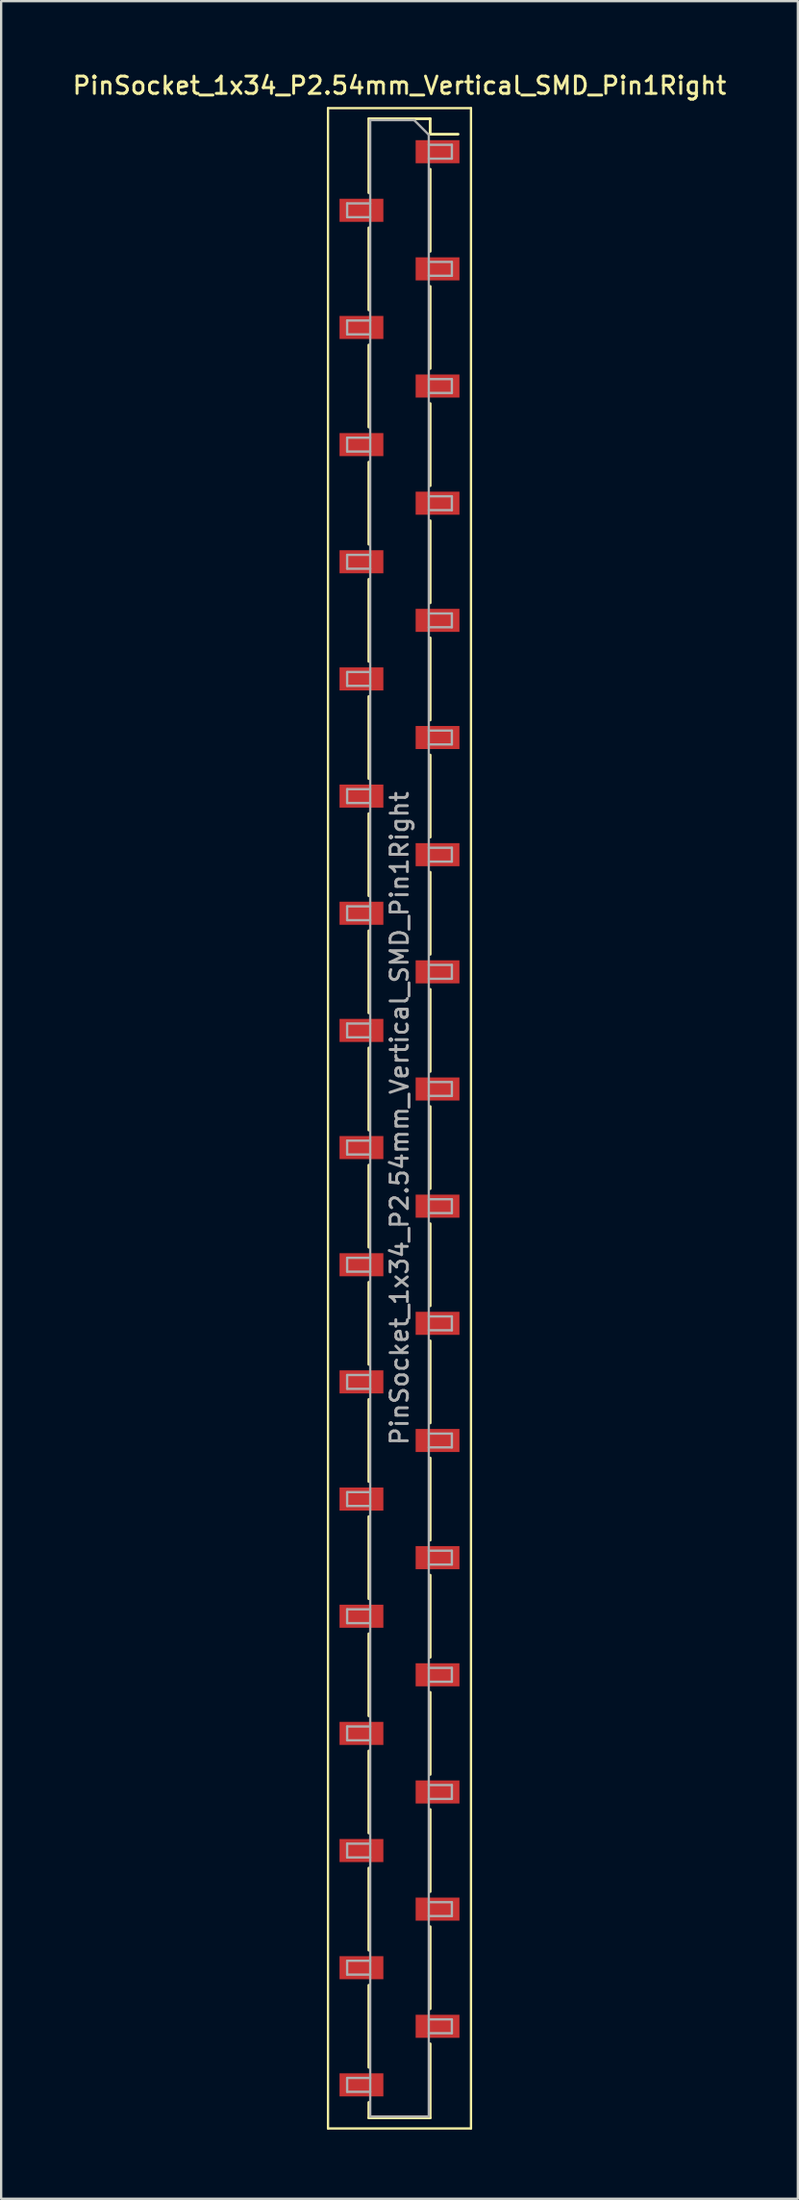
<source format=kicad_pcb>
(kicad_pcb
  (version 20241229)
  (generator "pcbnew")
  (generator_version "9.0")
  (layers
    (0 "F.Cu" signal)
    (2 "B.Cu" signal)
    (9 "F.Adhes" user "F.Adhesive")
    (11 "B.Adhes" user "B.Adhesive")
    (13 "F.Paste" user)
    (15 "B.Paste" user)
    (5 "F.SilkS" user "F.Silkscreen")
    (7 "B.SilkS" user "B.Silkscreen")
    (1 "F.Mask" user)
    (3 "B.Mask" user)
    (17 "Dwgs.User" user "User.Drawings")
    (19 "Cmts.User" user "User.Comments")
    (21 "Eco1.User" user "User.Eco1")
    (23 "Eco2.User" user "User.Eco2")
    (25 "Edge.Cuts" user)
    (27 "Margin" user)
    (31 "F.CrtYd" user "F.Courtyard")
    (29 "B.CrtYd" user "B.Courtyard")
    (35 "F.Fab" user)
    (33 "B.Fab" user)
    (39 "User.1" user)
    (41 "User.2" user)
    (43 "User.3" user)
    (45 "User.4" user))
  (footprint "PinSocket_1x34_P2.54mm_Vertical_SMD_Pin1Right"
    (layer "F.Cu")
    (at 14.273 45.438)
    (property "Reference" "PinSocket_1x34_P2.54mm_Vertical_SMD_Pin1Right" (at 0 -44.78 0) (layer "F.SilkS") (effects (font (size 0.75 0.75) (thickness 0.125))))
    (attr smd)
    (fp_line (start -3.1 -43.8) (end 3.1 -43.8) (stroke (width 0.1) (type solid)) (layer "F.SilkS"))
    (fp_line (start -3.1 43.8) (end -3.1 -43.8) (stroke (width 0.1) (type solid)) (layer "F.SilkS"))
    (fp_line (start -1.33 -43.34) (end -1.33 -40.13) (stroke (width 0.12) (type solid)) (layer "F.SilkS"))
    (fp_line (start -1.33 -43.34) (end 1.33 -43.34) (stroke (width 0.12) (type solid)) (layer "F.SilkS"))
    (fp_line (start -1.33 -38.61) (end -1.33 -35.05) (stroke (width 0.12) (type solid)) (layer "F.SilkS"))
    (fp_line (start -1.33 -33.53) (end -1.33 -29.97) (stroke (width 0.12) (type solid)) (layer "F.SilkS"))
    (fp_line (start -1.33 -28.45) (end -1.33 -24.89) (stroke (width 0.12) (type solid)) (layer "F.SilkS"))
    (fp_line (start -1.33 -23.37) (end -1.33 -19.81) (stroke (width 0.12) (type solid)) (layer "F.SilkS"))
    (fp_line (start -1.33 -18.29) (end -1.33 -14.73) (stroke (width 0.12) (type solid)) (layer "F.SilkS"))
    (fp_line (start -1.33 -13.21) (end -1.33 -9.65) (stroke (width 0.12) (type solid)) (layer "F.SilkS"))
    (fp_line (start -1.33 -8.13) (end -1.33 -4.57) (stroke (width 0.12) (type solid)) (layer "F.SilkS"))
    (fp_line (start -1.33 -3.05) (end -1.33 0.51) (stroke (width 0.12) (type solid)) (layer "F.SilkS"))
    (fp_line (start -1.33 2.03) (end -1.33 5.59) (stroke (width 0.12) (type solid)) (layer "F.SilkS"))
    (fp_line (start -1.33 7.11) (end -1.33 10.67) (stroke (width 0.12) (type solid)) (layer "F.SilkS"))
    (fp_line (start -1.33 12.19) (end -1.33 15.75) (stroke (width 0.12) (type solid)) (layer "F.SilkS"))
    (fp_line (start -1.33 17.27) (end -1.33 20.83) (stroke (width 0.12) (type solid)) (layer "F.SilkS"))
    (fp_line (start -1.33 22.35) (end -1.33 25.91) (stroke (width 0.12) (type solid)) (layer "F.SilkS"))
    (fp_line (start -1.33 27.43) (end -1.33 30.99) (stroke (width 0.12) (type solid)) (layer "F.SilkS"))
    (fp_line (start -1.33 32.51) (end -1.33 36.07) (stroke (width 0.12) (type solid)) (layer "F.SilkS"))
    (fp_line (start -1.33 37.59) (end -1.33 41.15) (stroke (width 0.12) (type solid)) (layer "F.SilkS"))
    (fp_line (start -1.33 42.67) (end -1.33 43.34) (stroke (width 0.12) (type solid)) (layer "F.SilkS"))
    (fp_line (start -1.33 43.34) (end 1.33 43.34) (stroke (width 0.12) (type solid)) (layer "F.SilkS"))
    (fp_line (start 1.33 -43.34) (end 1.33 -42.67) (stroke (width 0.12) (type solid)) (layer "F.SilkS"))
    (fp_line (start 1.33 -42.67) (end 2.54 -42.67) (stroke (width 0.12) (type solid)) (layer "F.SilkS"))
    (fp_line (start 1.33 -41.15) (end 1.33 -37.59) (stroke (width 0.12) (type solid)) (layer "F.SilkS"))
    (fp_line (start 1.33 -36.07) (end 1.33 -32.51) (stroke (width 0.12) (type solid)) (layer "F.SilkS"))
    (fp_line (start 1.33 -30.99) (end 1.33 -27.43) (stroke (width 0.12) (type solid)) (layer "F.SilkS"))
    (fp_line (start 1.33 -25.91) (end 1.33 -22.35) (stroke (width 0.12) (type solid)) (layer "F.SilkS"))
    (fp_line (start 1.33 -20.83) (end 1.33 -17.27) (stroke (width 0.12) (type solid)) (layer "F.SilkS"))
    (fp_line (start 1.33 -15.75) (end 1.33 -12.19) (stroke (width 0.12) (type solid)) (layer "F.SilkS"))
    (fp_line (start 1.33 -10.67) (end 1.33 -7.11) (stroke (width 0.12) (type solid)) (layer "F.SilkS"))
    (fp_line (start 1.33 -5.59) (end 1.33 -2.03) (stroke (width 0.12) (type solid)) (layer "F.SilkS"))
    (fp_line (start 1.33 -0.51) (end 1.33 3.05) (stroke (width 0.12) (type solid)) (layer "F.SilkS"))
    (fp_line (start 1.33 4.57) (end 1.33 8.13) (stroke (width 0.12) (type solid)) (layer "F.SilkS"))
    (fp_line (start 1.33 9.65) (end 1.33 13.21) (stroke (width 0.12) (type solid)) (layer "F.SilkS"))
    (fp_line (start 1.33 14.73) (end 1.33 18.29) (stroke (width 0.12) (type solid)) (layer "F.SilkS"))
    (fp_line (start 1.33 19.81) (end 1.33 23.37) (stroke (width 0.12) (type solid)) (layer "F.SilkS"))
    (fp_line (start 1.33 24.89) (end 1.33 28.45) (stroke (width 0.12) (type solid)) (layer "F.SilkS"))
    (fp_line (start 1.33 29.97) (end 1.33 33.53) (stroke (width 0.12) (type solid)) (layer "F.SilkS"))
    (fp_line (start 1.33 35.05) (end 1.33 38.61) (stroke (width 0.12) (type solid)) (layer "F.SilkS"))
    (fp_line (start 1.33 40.13) (end 1.33 43.34) (stroke (width 0.12) (type solid)) (layer "F.SilkS"))
    (fp_line (start 3.1 -43.8) (end 3.1 43.8) (stroke (width 0.1) (type solid)) (layer "F.SilkS"))
    (fp_line (start 3.1 43.8) (end -3.1 43.8) (stroke (width 0.1) (type solid)) (layer "F.SilkS"))
    (fp_line (start -2.27 -39.67) (end -1.27 -39.67) (stroke (width 0.1) (type solid)) (layer "F.Fab"))
    (fp_line (start -2.27 -39.07) (end -2.27 -39.67) (stroke (width 0.1) (type solid)) (layer "F.Fab"))
    (fp_line (start -2.27 -34.59) (end -1.27 -34.59) (stroke (width 0.1) (type solid)) (layer "F.Fab"))
    (fp_line (start -2.27 -33.99) (end -2.27 -34.59) (stroke (width 0.1) (type solid)) (layer "F.Fab"))
    (fp_line (start -2.27 -29.51) (end -1.27 -29.51) (stroke (width 0.1) (type solid)) (layer "F.Fab"))
    (fp_line (start -2.27 -28.91) (end -2.27 -29.51) (stroke (width 0.1) (type solid)) (layer "F.Fab"))
    (fp_line (start -2.27 -24.43) (end -1.27 -24.43) (stroke (width 0.1) (type solid)) (layer "F.Fab"))
    (fp_line (start -2.27 -23.83) (end -2.27 -24.43) (stroke (width 0.1) (type solid)) (layer "F.Fab"))
    (fp_line (start -2.27 -19.35) (end -1.27 -19.35) (stroke (width 0.1) (type solid)) (layer "F.Fab"))
    (fp_line (start -2.27 -18.75) (end -2.27 -19.35) (stroke (width 0.1) (type solid)) (layer "F.Fab"))
    (fp_line (start -2.27 -14.27) (end -1.27 -14.27) (stroke (width 0.1) (type solid)) (layer "F.Fab"))
    (fp_line (start -2.27 -13.67) (end -2.27 -14.27) (stroke (width 0.1) (type solid)) (layer "F.Fab"))
    (fp_line (start -2.27 -9.19) (end -1.27 -9.19) (stroke (width 0.1) (type solid)) (layer "F.Fab"))
    (fp_line (start -2.27 -8.59) (end -2.27 -9.19) (stroke (width 0.1) (type solid)) (layer "F.Fab"))
    (fp_line (start -2.27 -4.11) (end -1.27 -4.11) (stroke (width 0.1) (type solid)) (layer "F.Fab"))
    (fp_line (start -2.27 -3.51) (end -2.27 -4.11) (stroke (width 0.1) (type solid)) (layer "F.Fab"))
    (fp_line (start -2.27 0.97) (end -1.27 0.97) (stroke (width 0.1) (type solid)) (layer "F.Fab"))
    (fp_line (start -2.27 1.57) (end -2.27 0.97) (stroke (width 0.1) (type solid)) (layer "F.Fab"))
    (fp_line (start -2.27 6.05) (end -1.27 6.05) (stroke (width 0.1) (type solid)) (layer "F.Fab"))
    (fp_line (start -2.27 6.65) (end -2.27 6.05) (stroke (width 0.1) (type solid)) (layer "F.Fab"))
    (fp_line (start -2.27 11.13) (end -1.27 11.13) (stroke (width 0.1) (type solid)) (layer "F.Fab"))
    (fp_line (start -2.27 11.73) (end -2.27 11.13) (stroke (width 0.1) (type solid)) (layer "F.Fab"))
    (fp_line (start -2.27 16.21) (end -1.27 16.21) (stroke (width 0.1) (type solid)) (layer "F.Fab"))
    (fp_line (start -2.27 16.81) (end -2.27 16.21) (stroke (width 0.1) (type solid)) (layer "F.Fab"))
    (fp_line (start -2.27 21.29) (end -1.27 21.29) (stroke (width 0.1) (type solid)) (layer "F.Fab"))
    (fp_line (start -2.27 21.89) (end -2.27 21.29) (stroke (width 0.1) (type solid)) (layer "F.Fab"))
    (fp_line (start -2.27 26.37) (end -1.27 26.37) (stroke (width 0.1) (type solid)) (layer "F.Fab"))
    (fp_line (start -2.27 26.97) (end -2.27 26.37) (stroke (width 0.1) (type solid)) (layer "F.Fab"))
    (fp_line (start -2.27 31.45) (end -1.27 31.45) (stroke (width 0.1) (type solid)) (layer "F.Fab"))
    (fp_line (start -2.27 32.05) (end -2.27 31.45) (stroke (width 0.1) (type solid)) (layer "F.Fab"))
    (fp_line (start -2.27 36.53) (end -1.27 36.53) (stroke (width 0.1) (type solid)) (layer "F.Fab"))
    (fp_line (start -2.27 37.13) (end -2.27 36.53) (stroke (width 0.1) (type solid)) (layer "F.Fab"))
    (fp_line (start -2.27 41.61) (end -1.27 41.61) (stroke (width 0.1) (type solid)) (layer "F.Fab"))
    (fp_line (start -2.27 42.21) (end -2.27 41.61) (stroke (width 0.1) (type solid)) (layer "F.Fab"))
    (fp_line (start -1.27 -43.28) (end 0.635 -43.28) (stroke (width 0.1) (type solid)) (layer "F.Fab"))
    (fp_line (start -1.27 -39.07) (end -2.27 -39.07) (stroke (width 0.1) (type solid)) (layer "F.Fab"))
    (fp_line (start -1.27 -33.99) (end -2.27 -33.99) (stroke (width 0.1) (type solid)) (layer "F.Fab"))
    (fp_line (start -1.27 -28.91) (end -2.27 -28.91) (stroke (width 0.1) (type solid)) (layer "F.Fab"))
    (fp_line (start -1.27 -23.83) (end -2.27 -23.83) (stroke (width 0.1) (type solid)) (layer "F.Fab"))
    (fp_line (start -1.27 -18.75) (end -2.27 -18.75) (stroke (width 0.1) (type solid)) (layer "F.Fab"))
    (fp_line (start -1.27 -13.67) (end -2.27 -13.67) (stroke (width 0.1) (type solid)) (layer "F.Fab"))
    (fp_line (start -1.27 -8.59) (end -2.27 -8.59) (stroke (width 0.1) (type solid)) (layer "F.Fab"))
    (fp_line (start -1.27 -3.51) (end -2.27 -3.51) (stroke (width 0.1) (type solid)) (layer "F.Fab"))
    (fp_line (start -1.27 1.57) (end -2.27 1.57) (stroke (width 0.1) (type solid)) (layer "F.Fab"))
    (fp_line (start -1.27 6.65) (end -2.27 6.65) (stroke (width 0.1) (type solid)) (layer "F.Fab"))
    (fp_line (start -1.27 11.73) (end -2.27 11.73) (stroke (width 0.1) (type solid)) (layer "F.Fab"))
    (fp_line (start -1.27 16.81) (end -2.27 16.81) (stroke (width 0.1) (type solid)) (layer "F.Fab"))
    (fp_line (start -1.27 21.89) (end -2.27 21.89) (stroke (width 0.1) (type solid)) (layer "F.Fab"))
    (fp_line (start -1.27 26.97) (end -2.27 26.97) (stroke (width 0.1) (type solid)) (layer "F.Fab"))
    (fp_line (start -1.27 32.05) (end -2.27 32.05) (stroke (width 0.1) (type solid)) (layer "F.Fab"))
    (fp_line (start -1.27 37.13) (end -2.27 37.13) (stroke (width 0.1) (type solid)) (layer "F.Fab"))
    (fp_line (start -1.27 42.21) (end -2.27 42.21) (stroke (width 0.1) (type solid)) (layer "F.Fab"))
    (fp_line (start -1.27 43.28) (end -1.27 -43.28) (stroke (width 0.1) (type solid)) (layer "F.Fab"))
    (fp_line (start 0.635 -43.28) (end 1.27 -42.645) (stroke (width 0.1) (type solid)) (layer "F.Fab"))
    (fp_line (start 1.27 -42.645) (end 1.27 43.28) (stroke (width 0.1) (type solid)) (layer "F.Fab"))
    (fp_line (start 1.27 -42.21) (end 2.27 -42.21) (stroke (width 0.1) (type solid)) (layer "F.Fab"))
    (fp_line (start 1.27 -37.13) (end 2.27 -37.13) (stroke (width 0.1) (type solid)) (layer "F.Fab"))
    (fp_line (start 1.27 -32.05) (end 2.27 -32.05) (stroke (width 0.1) (type solid)) (layer "F.Fab"))
    (fp_line (start 1.27 -26.97) (end 2.27 -26.97) (stroke (width 0.1) (type solid)) (layer "F.Fab"))
    (fp_line (start 1.27 -21.89) (end 2.27 -21.89) (stroke (width 0.1) (type solid)) (layer "F.Fab"))
    (fp_line (start 1.27 -16.81) (end 2.27 -16.81) (stroke (width 0.1) (type solid)) (layer "F.Fab"))
    (fp_line (start 1.27 -11.73) (end 2.27 -11.73) (stroke (width 0.1) (type solid)) (layer "F.Fab"))
    (fp_line (start 1.27 -6.65) (end 2.27 -6.65) (stroke (width 0.1) (type solid)) (layer "F.Fab"))
    (fp_line (start 1.27 -1.57) (end 2.27 -1.57) (stroke (width 0.1) (type solid)) (layer "F.Fab"))
    (fp_line (start 1.27 3.51) (end 2.27 3.51) (stroke (width 0.1) (type solid)) (layer "F.Fab"))
    (fp_line (start 1.27 8.59) (end 2.27 8.59) (stroke (width 0.1) (type solid)) (layer "F.Fab"))
    (fp_line (start 1.27 13.67) (end 2.27 13.67) (stroke (width 0.1) (type solid)) (layer "F.Fab"))
    (fp_line (start 1.27 18.75) (end 2.27 18.75) (stroke (width 0.1) (type solid)) (layer "F.Fab"))
    (fp_line (start 1.27 23.83) (end 2.27 23.83) (stroke (width 0.1) (type solid)) (layer "F.Fab"))
    (fp_line (start 1.27 28.91) (end 2.27 28.91) (stroke (width 0.1) (type solid)) (layer "F.Fab"))
    (fp_line (start 1.27 33.99) (end 2.27 33.99) (stroke (width 0.1) (type solid)) (layer "F.Fab"))
    (fp_line (start 1.27 39.07) (end 2.27 39.07) (stroke (width 0.1) (type solid)) (layer "F.Fab"))
    (fp_line (start 1.27 43.28) (end -1.27 43.28) (stroke (width 0.1) (type solid)) (layer "F.Fab"))
    (fp_line (start 2.27 -42.21) (end 2.27 -41.61) (stroke (width 0.1) (type solid)) (layer "F.Fab"))
    (fp_line (start 2.27 -41.61) (end 1.27 -41.61) (stroke (width 0.1) (type solid)) (layer "F.Fab"))
    (fp_line (start 2.27 -37.13) (end 2.27 -36.53) (stroke (width 0.1) (type solid)) (layer "F.Fab"))
    (fp_line (start 2.27 -36.53) (end 1.27 -36.53) (stroke (width 0.1) (type solid)) (layer "F.Fab"))
    (fp_line (start 2.27 -32.05) (end 2.27 -31.45) (stroke (width 0.1) (type solid)) (layer "F.Fab"))
    (fp_line (start 2.27 -31.45) (end 1.27 -31.45) (stroke (width 0.1) (type solid)) (layer "F.Fab"))
    (fp_line (start 2.27 -26.97) (end 2.27 -26.37) (stroke (width 0.1) (type solid)) (layer "F.Fab"))
    (fp_line (start 2.27 -26.37) (end 1.27 -26.37) (stroke (width 0.1) (type solid)) (layer "F.Fab"))
    (fp_line (start 2.27 -21.89) (end 2.27 -21.29) (stroke (width 0.1) (type solid)) (layer "F.Fab"))
    (fp_line (start 2.27 -21.29) (end 1.27 -21.29) (stroke (width 0.1) (type solid)) (layer "F.Fab"))
    (fp_line (start 2.27 -16.81) (end 2.27 -16.21) (stroke (width 0.1) (type solid)) (layer "F.Fab"))
    (fp_line (start 2.27 -16.21) (end 1.27 -16.21) (stroke (width 0.1) (type solid)) (layer "F.Fab"))
    (fp_line (start 2.27 -11.73) (end 2.27 -11.13) (stroke (width 0.1) (type solid)) (layer "F.Fab"))
    (fp_line (start 2.27 -11.13) (end 1.27 -11.13) (stroke (width 0.1) (type solid)) (layer "F.Fab"))
    (fp_line (start 2.27 -6.65) (end 2.27 -6.05) (stroke (width 0.1) (type solid)) (layer "F.Fab"))
    (fp_line (start 2.27 -6.05) (end 1.27 -6.05) (stroke (width 0.1) (type solid)) (layer "F.Fab"))
    (fp_line (start 2.27 -1.57) (end 2.27 -0.97) (stroke (width 0.1) (type solid)) (layer "F.Fab"))
    (fp_line (start 2.27 -0.97) (end 1.27 -0.97) (stroke (width 0.1) (type solid)) (layer "F.Fab"))
    (fp_line (start 2.27 3.51) (end 2.27 4.11) (stroke (width 0.1) (type solid)) (layer "F.Fab"))
    (fp_line (start 2.27 4.11) (end 1.27 4.11) (stroke (width 0.1) (type solid)) (layer "F.Fab"))
    (fp_line (start 2.27 8.59) (end 2.27 9.19) (stroke (width 0.1) (type solid)) (layer "F.Fab"))
    (fp_line (start 2.27 9.19) (end 1.27 9.19) (stroke (width 0.1) (type solid)) (layer "F.Fab"))
    (fp_line (start 2.27 13.67) (end 2.27 14.27) (stroke (width 0.1) (type solid)) (layer "F.Fab"))
    (fp_line (start 2.27 14.27) (end 1.27 14.27) (stroke (width 0.1) (type solid)) (layer "F.Fab"))
    (fp_line (start 2.27 18.75) (end 2.27 19.35) (stroke (width 0.1) (type solid)) (layer "F.Fab"))
    (fp_line (start 2.27 19.35) (end 1.27 19.35) (stroke (width 0.1) (type solid)) (layer "F.Fab"))
    (fp_line (start 2.27 23.83) (end 2.27 24.43) (stroke (width 0.1) (type solid)) (layer "F.Fab"))
    (fp_line (start 2.27 24.43) (end 1.27 24.43) (stroke (width 0.1) (type solid)) (layer "F.Fab"))
    (fp_line (start 2.27 28.91) (end 2.27 29.51) (stroke (width 0.1) (type solid)) (layer "F.Fab"))
    (fp_line (start 2.27 29.51) (end 1.27 29.51) (stroke (width 0.1) (type solid)) (layer "F.Fab"))
    (fp_line (start 2.27 33.99) (end 2.27 34.59) (stroke (width 0.1) (type solid)) (layer "F.Fab"))
    (fp_line (start 2.27 34.59) (end 1.27 34.59) (stroke (width 0.1) (type solid)) (layer "F.Fab"))
    (fp_line (start 2.27 39.07) (end 2.27 39.67) (stroke (width 0.1) (type solid)) (layer "F.Fab"))
    (fp_line (start 2.27 39.67) (end 1.27 39.67) (stroke (width 0.1) (type solid)) (layer "F.Fab"))
    (fp_text user "${REFERENCE}" (at 0 0 90) (layer "F.Fab") (effects (font (size 0.75 0.75) (thickness 0.125))))
    (pad "1" smd rect (at 1.65 -41.91) (size 1.9 1) (layers "F.Cu" "F.Mask" "F.Paste"))
    (pad "2" smd rect (at -1.65 -39.37) (size 1.9 1) (layers "F.Cu" "F.Mask" "F.Paste"))
    (pad "3" smd rect (at 1.65 -36.83) (size 1.9 1) (layers "F.Cu" "F.Mask" "F.Paste"))
    (pad "4" smd rect (at -1.65 -34.29) (size 1.9 1) (layers "F.Cu" "F.Mask" "F.Paste"))
    (pad "5" smd rect (at 1.65 -31.75) (size 1.9 1) (layers "F.Cu" "F.Mask" "F.Paste"))
    (pad "6" smd rect (at -1.65 -29.21) (size 1.9 1) (layers "F.Cu" "F.Mask" "F.Paste"))
    (pad "7" smd rect (at 1.65 -26.67) (size 1.9 1) (layers "F.Cu" "F.Mask" "F.Paste"))
    (pad "8" smd rect (at -1.65 -24.13) (size 1.9 1) (layers "F.Cu" "F.Mask" "F.Paste"))
    (pad "9" smd rect (at 1.65 -21.59) (size 1.9 1) (layers "F.Cu" "F.Mask" "F.Paste"))
    (pad "10" smd rect (at -1.65 -19.05) (size 1.9 1) (layers "F.Cu" "F.Mask" "F.Paste"))
    (pad "11" smd rect (at 1.65 -16.51) (size 1.9 1) (layers "F.Cu" "F.Mask" "F.Paste"))
    (pad "12" smd rect (at -1.65 -13.97) (size 1.9 1) (layers "F.Cu" "F.Mask" "F.Paste"))
    (pad "13" smd rect (at 1.65 -11.43) (size 1.9 1) (layers "F.Cu" "F.Mask" "F.Paste"))
    (pad "14" smd rect (at -1.65 -8.89) (size 1.9 1) (layers "F.Cu" "F.Mask" "F.Paste"))
    (pad "15" smd rect (at 1.65 -6.35) (size 1.9 1) (layers "F.Cu" "F.Mask" "F.Paste"))
    (pad "16" smd rect (at -1.65 -3.81) (size 1.9 1) (layers "F.Cu" "F.Mask" "F.Paste"))
    (pad "17" smd rect (at 1.65 -1.27) (size 1.9 1) (layers "F.Cu" "F.Mask" "F.Paste"))
    (pad "18" smd rect (at -1.65 1.27) (size 1.9 1) (layers "F.Cu" "F.Mask" "F.Paste"))
    (pad "19" smd rect (at 1.65 3.81) (size 1.9 1) (layers "F.Cu" "F.Mask" "F.Paste"))
    (pad "20" smd rect (at -1.65 6.35) (size 1.9 1) (layers "F.Cu" "F.Mask" "F.Paste"))
    (pad "21" smd rect (at 1.65 8.89) (size 1.9 1) (layers "F.Cu" "F.Mask" "F.Paste"))
    (pad "22" smd rect (at -1.65 11.43) (size 1.9 1) (layers "F.Cu" "F.Mask" "F.Paste"))
    (pad "23" smd rect (at 1.65 13.97) (size 1.9 1) (layers "F.Cu" "F.Mask" "F.Paste"))
    (pad "24" smd rect (at -1.65 16.51) (size 1.9 1) (layers "F.Cu" "F.Mask" "F.Paste"))
    (pad "25" smd rect (at 1.65 19.05) (size 1.9 1) (layers "F.Cu" "F.Mask" "F.Paste"))
    (pad "26" smd rect (at -1.65 21.59) (size 1.9 1) (layers "F.Cu" "F.Mask" "F.Paste"))
    (pad "27" smd rect (at 1.65 24.13) (size 1.9 1) (layers "F.Cu" "F.Mask" "F.Paste"))
    (pad "28" smd rect (at -1.65 26.67) (size 1.9 1) (layers "F.Cu" "F.Mask" "F.Paste"))
    (pad "29" smd rect (at 1.65 29.21) (size 1.9 1) (layers "F.Cu" "F.Mask" "F.Paste"))
    (pad "30" smd rect (at -1.65 31.75) (size 1.9 1) (layers "F.Cu" "F.Mask" "F.Paste"))
    (pad "31" smd rect (at 1.65 34.29) (size 1.9 1) (layers "F.Cu" "F.Mask" "F.Paste"))
    (pad "32" smd rect (at -1.65 36.83) (size 1.9 1) (layers "F.Cu" "F.Mask" "F.Paste"))
    (pad "33" smd rect (at 1.65 39.37) (size 1.9 1) (layers "F.Cu" "F.Mask" "F.Paste"))
    (pad "34" smd rect (at -1.65 41.91) (size 1.9 1) (layers "F.Cu" "F.Mask" "F.Paste")))
  (gr_rect
    (start -3 -3)
    (end 31.546 92.288)
    (stroke (width 0.1) (type default))
    (fill no)
    (layer "Edge.Cuts")))
</source>
